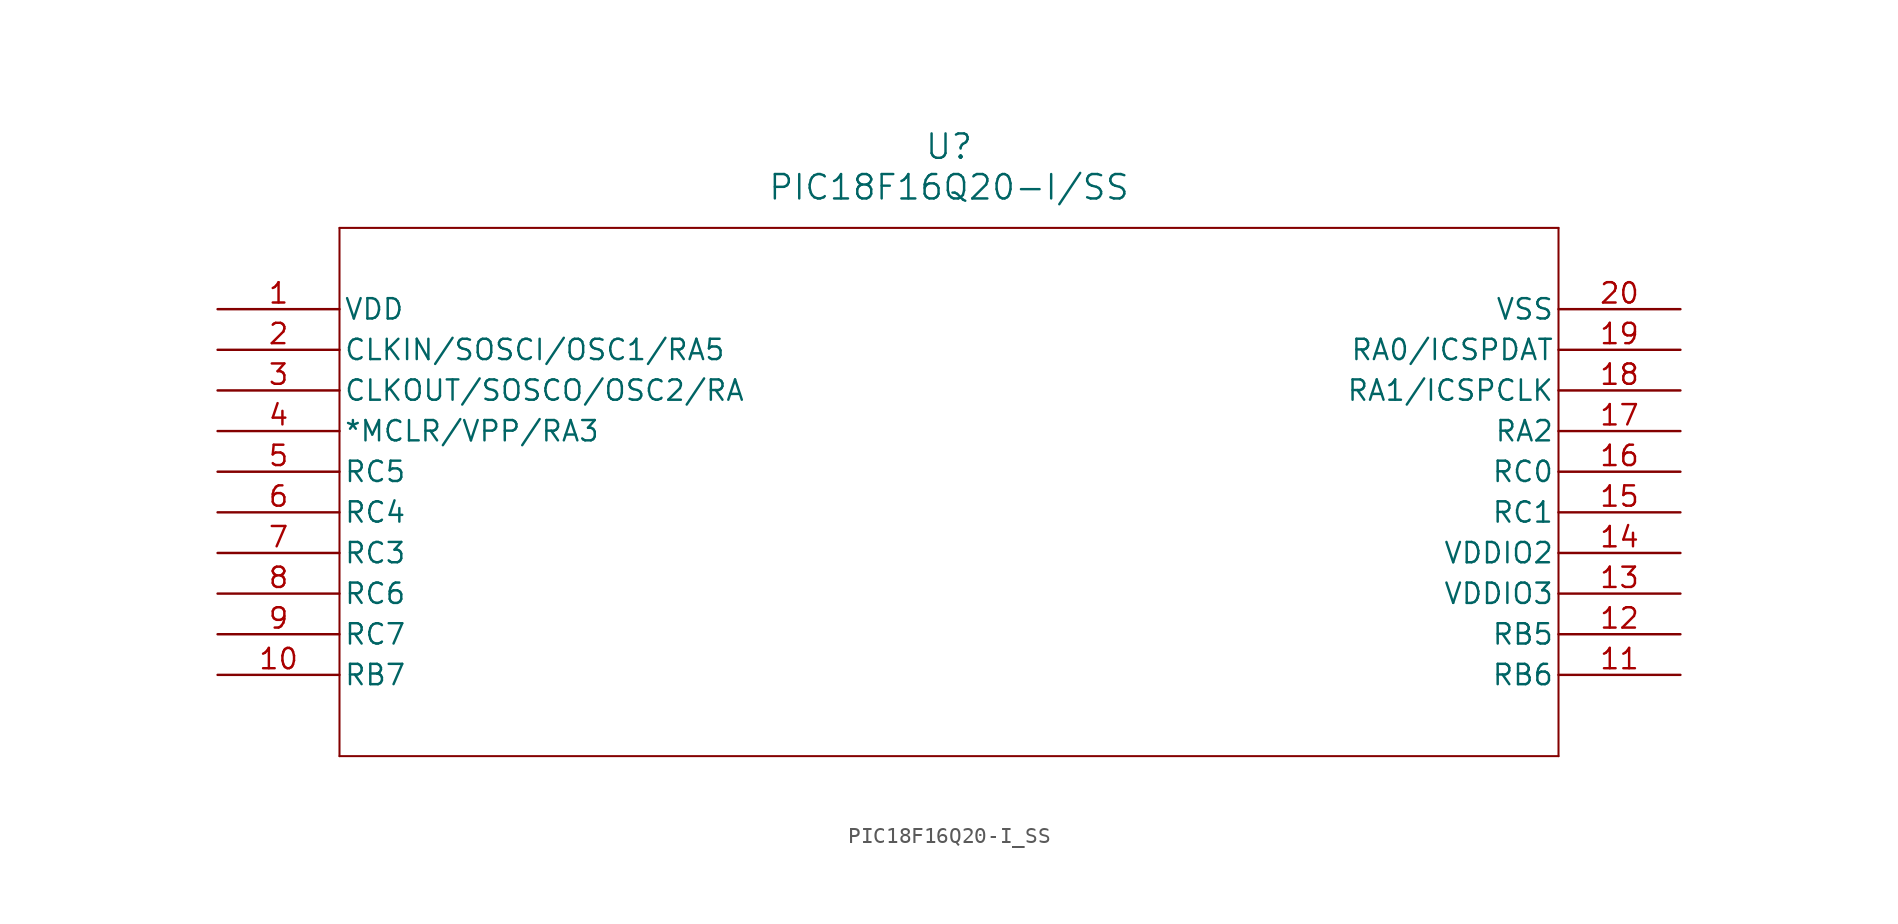
<source format=kicad_sym>
(kicad_symbol_lib
  (version 20211014)
  (generator kicad_symbol_editor)
  (symbol "PIC18F16Q20-I_SS"
    (pin_names
      (offset 0.254))
    (property "Reference" "U"
      (at 45.72 10.16 0)
      (effects (font (size 1.524 1.524))))
    (property "Value" "PIC18F16Q20-I/SS"
      (at 45.72 7.62 0)
      (effects (font (size 1.524 1.524))))
    (symbol "PIC18F16Q20-I_SS_0_1"
      (polyline (pts (xy 7.62 5.08) (xy 7.62 -27.94)) (stroke (width 0.127) (type default) (color 0 0 0 0)) (fill (type none)))
      (polyline (pts (xy 7.62 -27.94) (xy 83.82 -27.94)) (stroke (width 0.127) (type default) (color 0 0 0 0)) (fill (type none)))
      (polyline (pts (xy 83.82 -27.94) (xy 83.82 5.08)) (stroke (width 0.127) (type default) (color 0 0 0 0)) (fill (type none)))
      (polyline (pts (xy 83.82 5.08) (xy 7.62 5.08)) (stroke (width 0.127) (type default) (color 0 0 0 0)) (fill (type none)))
      (pin unspecified line (at 0 0 0) (length 7.62) (name "VDD" (effects (font (size 1.27 1.27)))) (number "1" (effects (font (size 1.27 1.27)))))
      (pin unspecified line (at 0 -2.54 0) (length 7.62) (name "CLKIN/SOSCI/OSC1/RA5" (effects (font (size 1.27 1.27)))) (number "2" (effects (font (size 1.27 1.27)))))
      (pin unspecified line (at 0 -5.08 0) (length 7.62) (name "CLKOUT/SOSCO/OSC2/RA" (effects (font (size 1.27 1.27)))) (number "3" (effects (font (size 1.27 1.27)))))
      (pin unspecified line (at 0 -7.62 0) (length 7.62) (name "*MCLR/VPP/RA3" (effects (font (size 1.27 1.27)))) (number "4" (effects (font (size 1.27 1.27)))))
      (pin unspecified line (at 0 -10.16 0) (length 7.62) (name "RC5" (effects (font (size 1.27 1.27)))) (number "5" (effects (font (size 1.27 1.27)))))
      (pin unspecified line (at 0 -12.7 0) (length 7.62) (name "RC4" (effects (font (size 1.27 1.27)))) (number "6" (effects (font (size 1.27 1.27)))))
      (pin unspecified line (at 0 -15.24 0) (length 7.62) (name "RC3" (effects (font (size 1.27 1.27)))) (number "7" (effects (font (size 1.27 1.27)))))
      (pin unspecified line (at 0 -17.78 0) (length 7.62) (name "RC6" (effects (font (size 1.27 1.27)))) (number "8" (effects (font (size 1.27 1.27)))))
      (pin unspecified line (at 0 -20.32 0) (length 7.62) (name "RC7" (effects (font (size 1.27 1.27)))) (number "9" (effects (font (size 1.27 1.27)))))
      (pin unspecified line (at 0 -22.86 0) (length 7.62) (name "RB7" (effects (font (size 1.27 1.27)))) (number "10" (effects (font (size 1.27 1.27)))))
      (pin unspecified line (at 91.44 -22.86 180) (length 7.62) (name "RB6" (effects (font (size 1.27 1.27)))) (number "11" (effects (font (size 1.27 1.27)))))
      (pin unspecified line (at 91.44 -20.32 180) (length 7.62) (name "RB5" (effects (font (size 1.27 1.27)))) (number "12" (effects (font (size 1.27 1.27)))))
      (pin unspecified line (at 91.44 -17.78 180) (length 7.62) (name "VDDIO3" (effects (font (size 1.27 1.27)))) (number "13" (effects (font (size 1.27 1.27)))))
      (pin unspecified line (at 91.44 -15.24 180) (length 7.62) (name "VDDIO2" (effects (font (size 1.27 1.27)))) (number "14" (effects (font (size 1.27 1.27)))))
      (pin unspecified line (at 91.44 -12.7 180) (length 7.62) (name "RC1" (effects (font (size 1.27 1.27)))) (number "15" (effects (font (size 1.27 1.27)))))
      (pin unspecified line (at 91.44 -10.16 180) (length 7.62) (name "RC0" (effects (font (size 1.27 1.27)))) (number "16" (effects (font (size 1.27 1.27)))))
      (pin unspecified line (at 91.44 -7.62 180) (length 7.62) (name "RA2" (effects (font (size 1.27 1.27)))) (number "17" (effects (font (size 1.27 1.27)))))
      (pin unspecified line (at 91.44 -5.08 180) (length 7.62) (name "RA1/ICSPCLK" (effects (font (size 1.27 1.27)))) (number "18" (effects (font (size 1.27 1.27)))))
      (pin unspecified line (at 91.44 -2.54 180) (length 7.62) (name "RA0/ICSPDAT" (effects (font (size 1.27 1.27)))) (number "19" (effects (font (size 1.27 1.27)))))
      (pin unspecified line (at 91.44 0 180) (length 7.62) (name "VSS" (effects (font (size 1.27 1.27)))) (number "20" (effects (font (size 1.27 1.27))))))))
</source>
